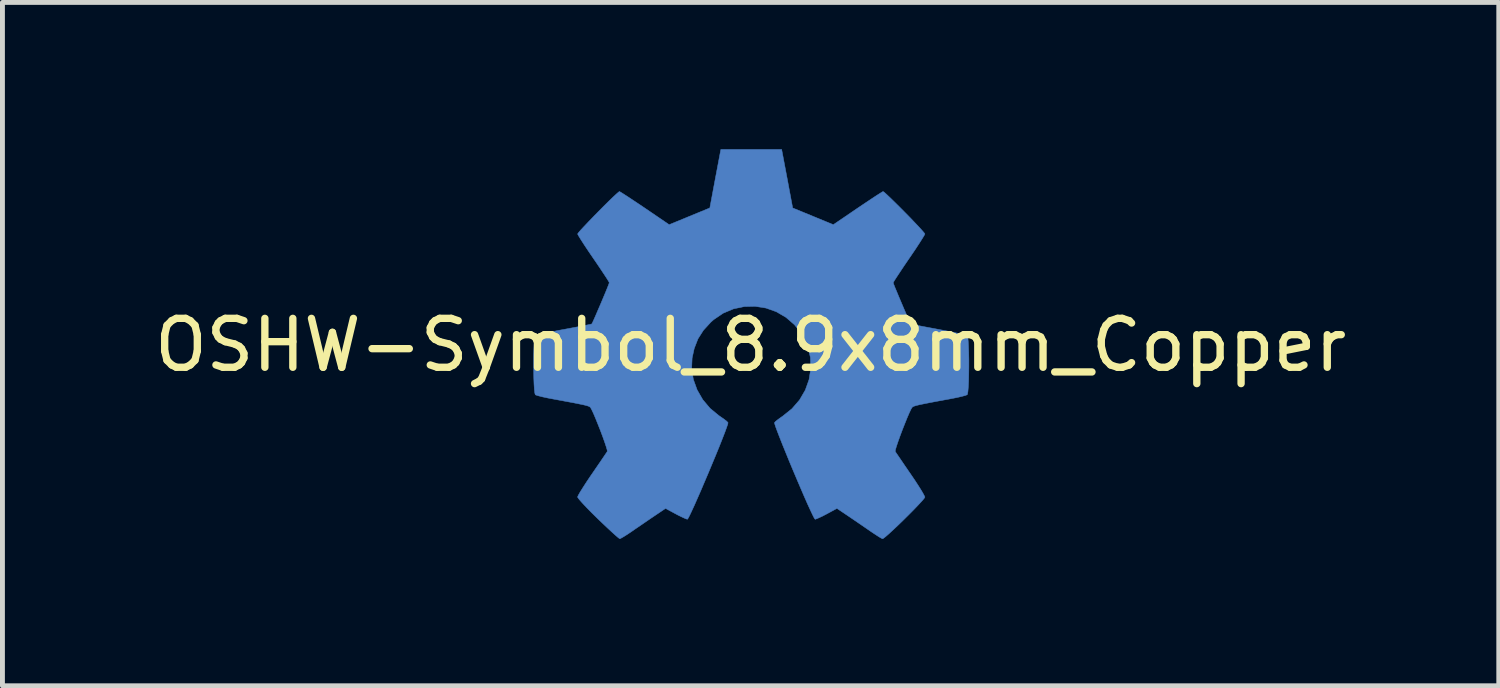
<source format=kicad_pcb>
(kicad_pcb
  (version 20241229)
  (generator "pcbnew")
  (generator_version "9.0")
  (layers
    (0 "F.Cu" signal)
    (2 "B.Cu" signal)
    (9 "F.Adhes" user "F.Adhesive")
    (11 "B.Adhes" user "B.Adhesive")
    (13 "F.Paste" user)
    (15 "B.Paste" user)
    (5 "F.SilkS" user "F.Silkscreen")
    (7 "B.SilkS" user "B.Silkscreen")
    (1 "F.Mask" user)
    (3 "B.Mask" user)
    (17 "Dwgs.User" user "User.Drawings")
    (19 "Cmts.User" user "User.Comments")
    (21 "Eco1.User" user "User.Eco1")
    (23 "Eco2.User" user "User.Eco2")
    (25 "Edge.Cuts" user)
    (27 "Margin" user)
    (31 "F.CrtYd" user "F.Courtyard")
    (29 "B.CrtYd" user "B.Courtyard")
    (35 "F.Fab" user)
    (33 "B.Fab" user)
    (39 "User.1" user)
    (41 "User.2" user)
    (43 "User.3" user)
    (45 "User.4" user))
  (footprint "OSHW-Symbol_8.9x8mm_Copper"
    (layer "F.Cu")
    (at 12.292 4.002)
    (property "Reference" "OSHW-Symbol_8.9x8mm_Copper" (at 0 0 0) (layer "F.SilkS") (effects (font (size 1 1) (thickness 0.15))))
    (attr exclude_from_pos_files exclude_from_bom)
    (fp_poly (pts (xy 0.747 -3.4) (xy 0.859 -2.802) (xy 1.275 -2.631) (xy 1.69 -2.46) (xy 2.188 -2.799) (xy 2.328 -2.893) (xy 2.454 -2.977) (xy 2.561 -3.048) (xy 2.643 -3.1) (xy 2.693 -3.131) (xy 2.707 -3.138) (xy 2.732 -3.121) (xy 2.785 -3.073) (xy 2.86 -3.002) (xy 2.952 -2.912) (xy 3.054 -2.811) (xy 3.161 -2.703) (xy 3.266 -2.596) (xy 3.363 -2.494) (xy 3.447 -2.405) (xy 3.512 -2.333) (xy 3.552 -2.286) (xy 3.561 -2.27) (xy 3.547 -2.241) (xy 3.509 -2.178) (xy 3.451 -2.086) (xy 3.376 -1.971) (xy 3.288 -1.841) (xy 3.237 -1.767) (xy 3.145 -1.632) (xy 3.063 -1.509) (xy 2.995 -1.406) (xy 2.945 -1.329) (xy 2.918 -1.283) (xy 2.914 -1.273) (xy 2.923 -1.245) (xy 2.948 -1.181) (xy 2.986 -1.09) (xy 3.032 -0.979) (xy 3.083 -0.859) (xy 3.134 -0.739) (xy 3.182 -0.627) (xy 3.224 -0.532) (xy 3.254 -0.464) (xy 3.271 -0.432) (xy 3.272 -0.431) (xy 3.297 -0.424) (xy 3.364 -0.411) (xy 3.466 -0.39) (xy 3.597 -0.365) (xy 3.748 -0.337) (xy 3.837 -0.32) (xy 3.998 -0.29) (xy 4.145 -0.26) (xy 4.268 -0.234) (xy 4.36 -0.213) (xy 4.415 -0.197) (xy 4.426 -0.193) (xy 4.437 -0.16) (xy 4.446 -0.086) (xy 4.452 0.02) (xy 4.457 0.15) (xy 4.46 0.296) (xy 4.46 0.448) (xy 4.458 0.598) (xy 4.455 0.737) (xy 4.449 0.857) (xy 4.441 0.949) (xy 4.431 1.005) (xy 4.425 1.016) (xy 4.39 1.03) (xy 4.316 1.05) (xy 4.212 1.074) (xy 4.089 1.098) (xy 4.046 1.106) (xy 3.838 1.144) (xy 3.674 1.175) (xy 3.548 1.2) (xy 3.455 1.219) (xy 3.389 1.235) (xy 3.346 1.248) (xy 3.318 1.26) (xy 3.302 1.272) (xy 3.3 1.274) (xy 3.278 1.311) (xy 3.243 1.384) (xy 3.2 1.484) (xy 3.153 1.601) (xy 3.103 1.727) (xy 3.056 1.852) (xy 3.014 1.969) (xy 2.981 2.067) (xy 2.96 2.138) (xy 2.954 2.173) (xy 2.954 2.174) (xy 2.973 2.203) (xy 3.016 2.266) (xy 3.078 2.357) (xy 3.154 2.469) (xy 3.241 2.596) (xy 3.266 2.632) (xy 3.355 2.763) (xy 3.433 2.883) (xy 3.496 2.984) (xy 3.539 3.06) (xy 3.56 3.103) (xy 3.561 3.109) (xy 3.544 3.137) (xy 3.496 3.193) (xy 3.424 3.271) (xy 3.334 3.365) (xy 3.232 3.468) (xy 3.124 3.575) (xy 3.016 3.68) (xy 2.914 3.776) (xy 2.825 3.858) (xy 2.755 3.919) (xy 2.709 3.954) (xy 2.696 3.959) (xy 2.667 3.946) (xy 2.607 3.91) (xy 2.526 3.857) (xy 2.463 3.815) (xy 2.35 3.737) (xy 2.216 3.645) (xy 2.081 3.553) (xy 2.009 3.504) (xy 1.764 3.339) (xy 1.559 3.45) (xy 1.465 3.499) (xy 1.385 3.536) (xy 1.331 3.558) (xy 1.318 3.561) (xy 1.301 3.539) (xy 1.269 3.476) (xy 1.223 3.379) (xy 1.165 3.253) (xy 1.099 3.103) (xy 1.027 2.936) (xy 0.951 2.758) (xy 0.873 2.574) (xy 0.796 2.39) (xy 0.723 2.211) (xy 0.655 2.044) (xy 0.596 1.895) (xy 0.547 1.768) (xy 0.511 1.671) (xy 0.491 1.608) (xy 0.488 1.586) (xy 0.513 1.558) (xy 0.57 1.514) (xy 0.644 1.461) (xy 0.651 1.457) (xy 0.844 1.302) (xy 1 1.122) (xy 1.117 0.921) (xy 1.194 0.706) (xy 1.229 0.483) (xy 1.222 0.257) (xy 1.17 0.034) (xy 1.073 -0.18) (xy 1.044 -0.226) (xy 0.896 -0.415) (xy 0.72 -0.567) (xy 0.524 -0.681) (xy 0.313 -0.756) (xy 0.093 -0.791) (xy -0.13 -0.786) (xy -0.349 -0.74) (xy -0.559 -0.652) (xy -0.753 -0.521) (xy -0.813 -0.468) (xy -0.966 -0.301) (xy -1.077 -0.126) (xy -1.153 0.07) (xy -1.196 0.265) (xy -1.206 0.483) (xy -1.171 0.703) (xy -1.094 0.916) (xy -0.979 1.116) (xy -0.829 1.294) (xy -0.647 1.444) (xy -0.623 1.46) (xy -0.548 1.512) (xy -0.49 1.557) (xy -0.463 1.585) (xy -0.462 1.586) (xy -0.468 1.617) (xy -0.492 1.687) (xy -0.53 1.791) (xy -0.581 1.922) (xy -0.642 2.076) (xy -0.711 2.245) (xy -0.786 2.425) (xy -0.863 2.61) (xy -0.941 2.793) (xy -1.016 2.97) (xy -1.088 3.134) (xy -1.152 3.279) (xy -1.208 3.4) (xy -1.251 3.491) (xy -1.281 3.546) (xy -1.293 3.561) (xy -1.329 3.55) (xy -1.397 3.519) (xy -1.485 3.476) (xy -1.534 3.45) (xy -1.739 3.339) (xy -1.984 3.504) (xy -2.109 3.589) (xy -2.246 3.683) (xy -2.374 3.77) (xy -2.438 3.815) (xy -2.528 3.875) (xy -2.605 3.923) (xy -2.658 3.953) (xy -2.675 3.959) (xy -2.7 3.942) (xy -2.755 3.895) (xy -2.835 3.823) (xy -2.934 3.731) (xy -3.048 3.623) (xy -3.12 3.554) (xy -3.245 3.431) (xy -3.354 3.32) (xy -3.441 3.227) (xy -3.503 3.157) (xy -3.534 3.114) (xy -3.537 3.105) (xy -3.523 3.072) (xy -3.485 3.005) (xy -3.426 2.911) (xy -3.352 2.796) (xy -3.266 2.668) (xy -3.241 2.632) (xy -3.152 2.502) (xy -3.072 2.386) (xy -3.006 2.288) (xy -2.958 2.217) (xy -2.932 2.178) (xy -2.93 2.174) (xy -2.933 2.143) (xy -2.953 2.076) (xy -2.985 1.98) (xy -3.026 1.865) (xy -3.073 1.74) (xy -3.123 1.614) (xy -3.171 1.495) (xy -3.214 1.394) (xy -3.25 1.318) (xy -3.273 1.276) (xy -3.275 1.274) (xy -3.29 1.262) (xy -3.314 1.25) (xy -3.355 1.237) (xy -3.416 1.222) (xy -3.503 1.204) (xy -3.622 1.18) (xy -3.779 1.151) (xy -3.978 1.114) (xy -4.021 1.106) (xy -4.149 1.082) (xy -4.26 1.058) (xy -4.345 1.036) (xy -4.394 1.02) (xy -4.401 1.016) (xy -4.411 0.983) (xy -4.42 0.909) (xy -4.427 0.802) (xy -4.432 0.672) (xy -4.434 0.526) (xy -4.435 0.374) (xy -4.434 0.224) (xy -4.43 0.085) (xy -4.425 -0.034) (xy -4.417 -0.126) (xy -4.407 -0.181) (xy -4.401 -0.193) (xy -4.369 -0.204) (xy -4.295 -0.222) (xy -4.186 -0.246) (xy -4.051 -0.274) (xy -3.896 -0.305) (xy -3.812 -0.32) (xy -3.652 -0.35) (xy -3.509 -0.377) (xy -3.391 -0.4) (xy -3.304 -0.418) (xy -3.255 -0.428) (xy -3.247 -0.431) (xy -3.233 -0.457) (xy -3.204 -0.52) (xy -3.164 -0.611) (xy -3.117 -0.721) (xy -3.065 -0.841) (xy -3.014 -0.962) (xy -2.967 -1.074) (xy -2.928 -1.17) (xy -2.901 -1.239) (xy -2.889 -1.273) (xy -2.889 -1.274) (xy -2.902 -1.301) (xy -2.94 -1.362) (xy -2.999 -1.452) (xy -3.074 -1.565) (xy -3.161 -1.694) (xy -3.212 -1.768) (xy -3.305 -1.904) (xy -3.387 -2.027) (xy -3.455 -2.132) (xy -3.505 -2.212) (xy -3.532 -2.26) (xy -3.536 -2.271) (xy -3.519 -2.296) (xy -3.473 -2.35) (xy -3.402 -2.426) (xy -3.314 -2.519) (xy -3.214 -2.623) (xy -3.108 -2.731) (xy -3.002 -2.838) (xy -2.902 -2.937) (xy -2.814 -3.022) (xy -2.743 -3.088) (xy -2.697 -3.128) (xy -2.682 -3.138) (xy -2.656 -3.124) (xy -2.596 -3.086) (xy -2.506 -3.028) (xy -2.393 -2.953) (xy -2.262 -2.866) (xy -2.163 -2.799) (xy -1.665 -2.46) (xy -1.25 -2.631) (xy -0.834 -2.802) (xy -0.722 -3.4) (xy -0.609 -3.997) (xy 0.634 -3.997) (xy 0.747 -3.4)) (stroke (width 0.01) (type solid)) (fill yes) (layer "B.Cu")))
  (gr_rect
    (start -3 -3)
    (end 27.583 10.966)
    (stroke (width 0.1) (type default))
    (fill no)
    (layer "Edge.Cuts")))
</source>
